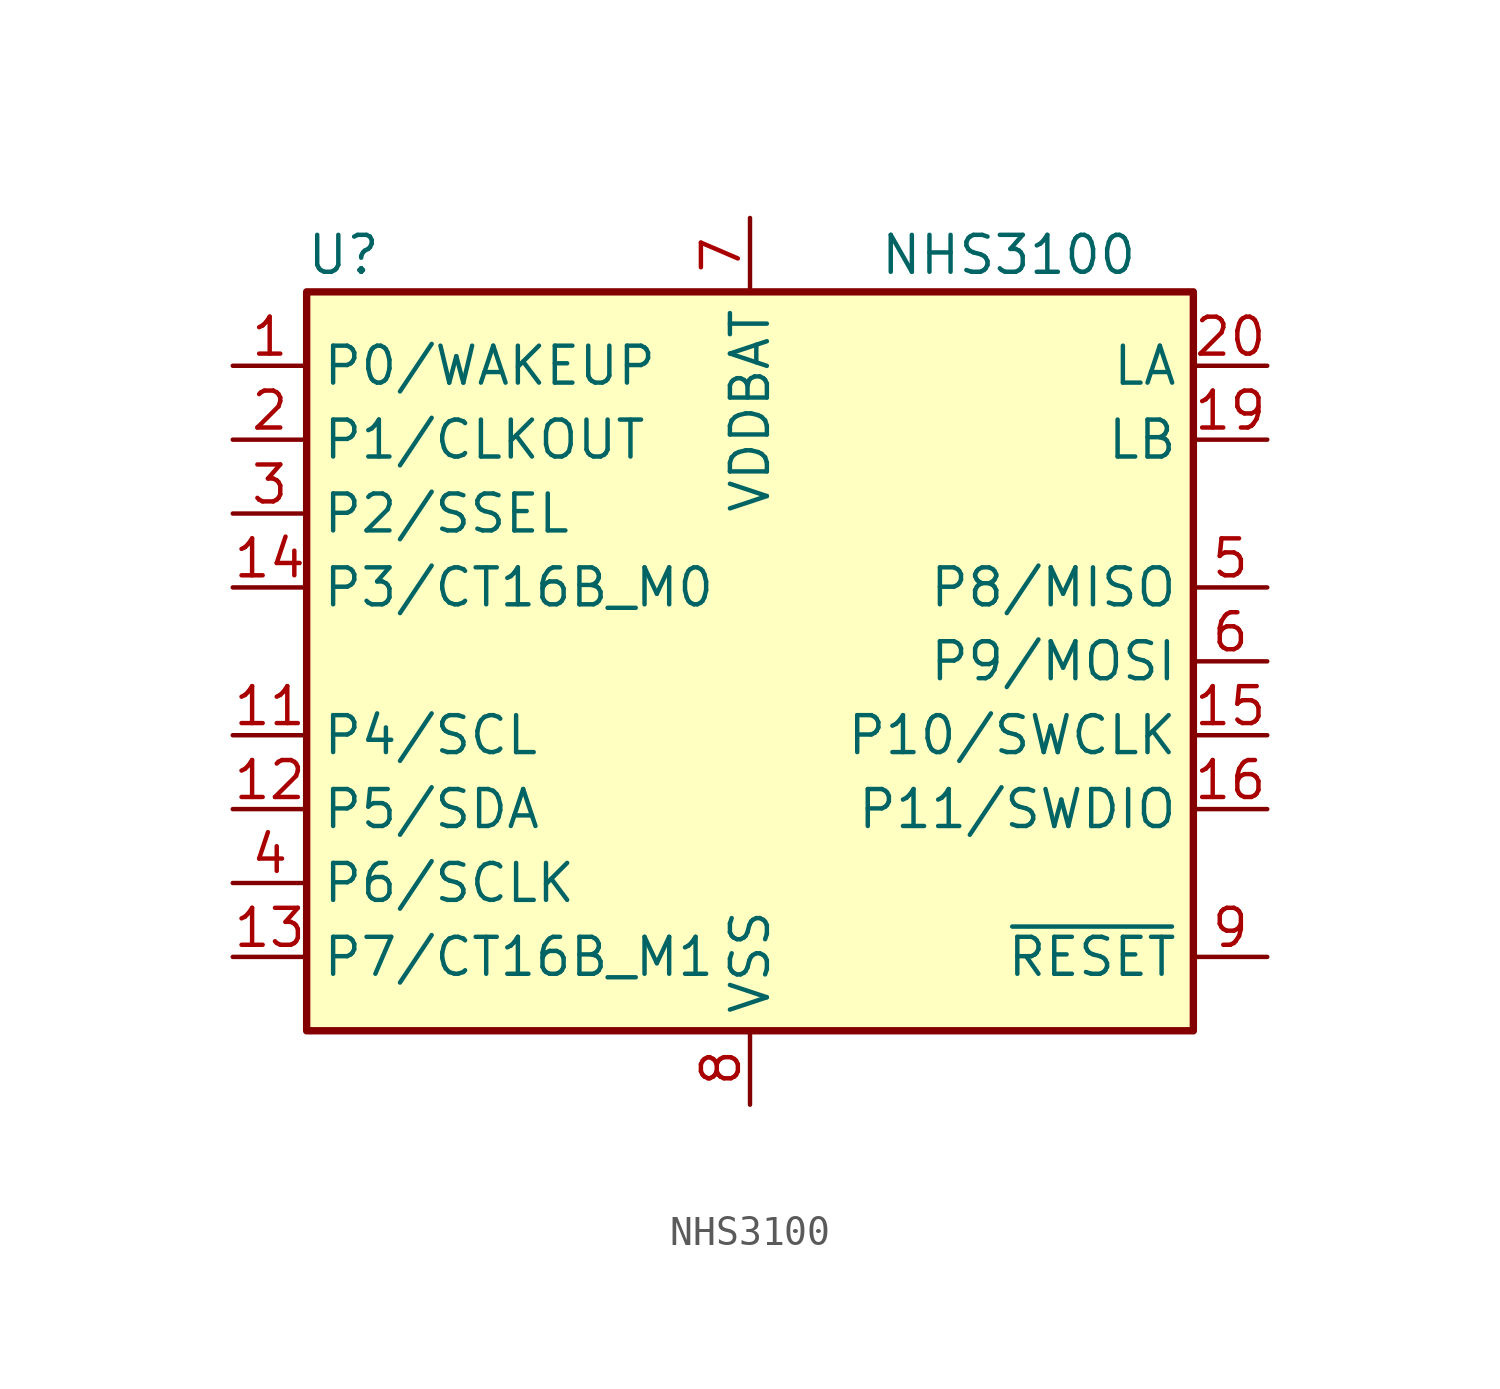
<source format=kicad_sym>
(kicad_symbol_lib
  (version 20200908)
  (generator kicad_symbol_editor)
  (symbol "MCU_NXP_NTAG:NHS3100"
    (property "Reference" "U"
      (at -13.97 13.97 0)
      (effects (font (size 1.27 1.27))))
    (property "Value" "NHS3100"
      (at 8.89 13.97 0)
      (effects (font (size 1.27 1.27))))
    (symbol "NHS3100_0_1"
      (rectangle (start 15.24 -12.7) (end -15.24 12.7) (stroke (width 0.254)) (fill (type background))))
    (symbol "NHS3100_1_1"
      (pin bidirectional line (at -17.78 10.16 0) (length 2.54) (name "P0/WAKEUP" (effects (font (size 1.27 1.27)))) (number "1" (effects (font (size 1.27 1.27)))))
      (pin unconnected line (at -15.24 0 0) (length 2.54) hide (name "reserved" (effects (font (size 1.27 1.27)))) (number "10" (effects (font (size 1.27 1.27)))))
      (pin bidirectional line (at -17.78 -2.54 0) (length 2.54) (name "P4/SCL" (effects (font (size 1.27 1.27)))) (number "11" (effects (font (size 1.27 1.27)))))
      (pin bidirectional line (at -17.78 -5.08 0) (length 2.54) (name "P5/SDA" (effects (font (size 1.27 1.27)))) (number "12" (effects (font (size 1.27 1.27)))))
      (pin bidirectional line (at -17.78 -10.16 0) (length 2.54) (name "P7/CT16B_M1" (effects (font (size 1.27 1.27)))) (number "13" (effects (font (size 1.27 1.27)))))
      (pin bidirectional line (at -17.78 2.54 0) (length 2.54) (name "P3/CT16B_M0" (effects (font (size 1.27 1.27)))) (number "14" (effects (font (size 1.27 1.27)))))
      (pin bidirectional line (at 17.78 -2.54 180) (length 2.54) (name "P10/SWCLK" (effects (font (size 1.27 1.27)))) (number "15" (effects (font (size 1.27 1.27)))))
      (pin bidirectional line (at 17.78 -5.08 180) (length 2.54) (name "P11/SWDIO" (effects (font (size 1.27 1.27)))) (number "16" (effects (font (size 1.27 1.27)))))
      (pin passive line (at 0 -15.24 90) (length 2.54) hide (name "VSS" (effects (font (size 1.27 1.27)))) (number "17" (effects (font (size 1.27 1.27)))))
      (pin passive line (at 0 -15.24 90) (length 2.54) hide (name "VSS" (effects (font (size 1.27 1.27)))) (number "18" (effects (font (size 1.27 1.27)))))
      (pin passive line (at 17.78 7.62 180) (length 2.54) (name "LB" (effects (font (size 1.27 1.27)))) (number "19" (effects (font (size 1.27 1.27)))))
      (pin bidirectional line (at -17.78 7.62 0) (length 2.54) (name "P1/CLKOUT" (effects (font (size 1.27 1.27)))) (number "2" (effects (font (size 1.27 1.27)))))
      (pin passive line (at 17.78 10.16 180) (length 2.54) (name "LA" (effects (font (size 1.27 1.27)))) (number "20" (effects (font (size 1.27 1.27)))))
      (pin passive line (at 0 -15.24 90) (length 2.54) hide (name "VSS" (effects (font (size 1.27 1.27)))) (number "21" (effects (font (size 1.27 1.27)))))
      (pin passive line (at 0 -15.24 90) (length 2.54) hide (name "VSS" (effects (font (size 1.27 1.27)))) (number "22" (effects (font (size 1.27 1.27)))))
      (pin passive line (at 0 -15.24 90) (length 2.54) hide (name "VSS" (effects (font (size 1.27 1.27)))) (number "23" (effects (font (size 1.27 1.27)))))
      (pin passive line (at 0 -15.24 90) (length 2.54) hide (name "VSS" (effects (font (size 1.27 1.27)))) (number "24" (effects (font (size 1.27 1.27)))))
      (pin passive line (at 0 -15.24 90) (length 2.54) hide (name "VSS" (effects (font (size 1.27 1.27)))) (number "25" (effects (font (size 1.27 1.27)))))
      (pin bidirectional line (at -17.78 5.08 0) (length 2.54) (name "P2/SSEL" (effects (font (size 1.27 1.27)))) (number "3" (effects (font (size 1.27 1.27)))))
      (pin bidirectional line (at -17.78 -7.62 0) (length 2.54) (name "P6/SCLK" (effects (font (size 1.27 1.27)))) (number "4" (effects (font (size 1.27 1.27)))))
      (pin bidirectional line (at 17.78 2.54 180) (length 2.54) (name "P8/MISO" (effects (font (size 1.27 1.27)))) (number "5" (effects (font (size 1.27 1.27)))))
      (pin bidirectional line (at 17.78 0 180) (length 2.54) (name "P9/MOSI" (effects (font (size 1.27 1.27)))) (number "6" (effects (font (size 1.27 1.27)))))
      (pin power_in line (at 0 15.24 270) (length 2.54) (name "VDDBAT" (effects (font (size 1.27 1.27)))) (number "7" (effects (font (size 1.27 1.27)))))
      (pin power_in line (at 0 -15.24 90) (length 2.54) (name "VSS" (effects (font (size 1.27 1.27)))) (number "8" (effects (font (size 1.27 1.27)))))
      (pin input line (at 17.78 -10.16 180) (length 2.54) (name "~RESET" (effects (font (size 1.27 1.27)))) (number "9" (effects (font (size 1.27 1.27))))))))
</source>
